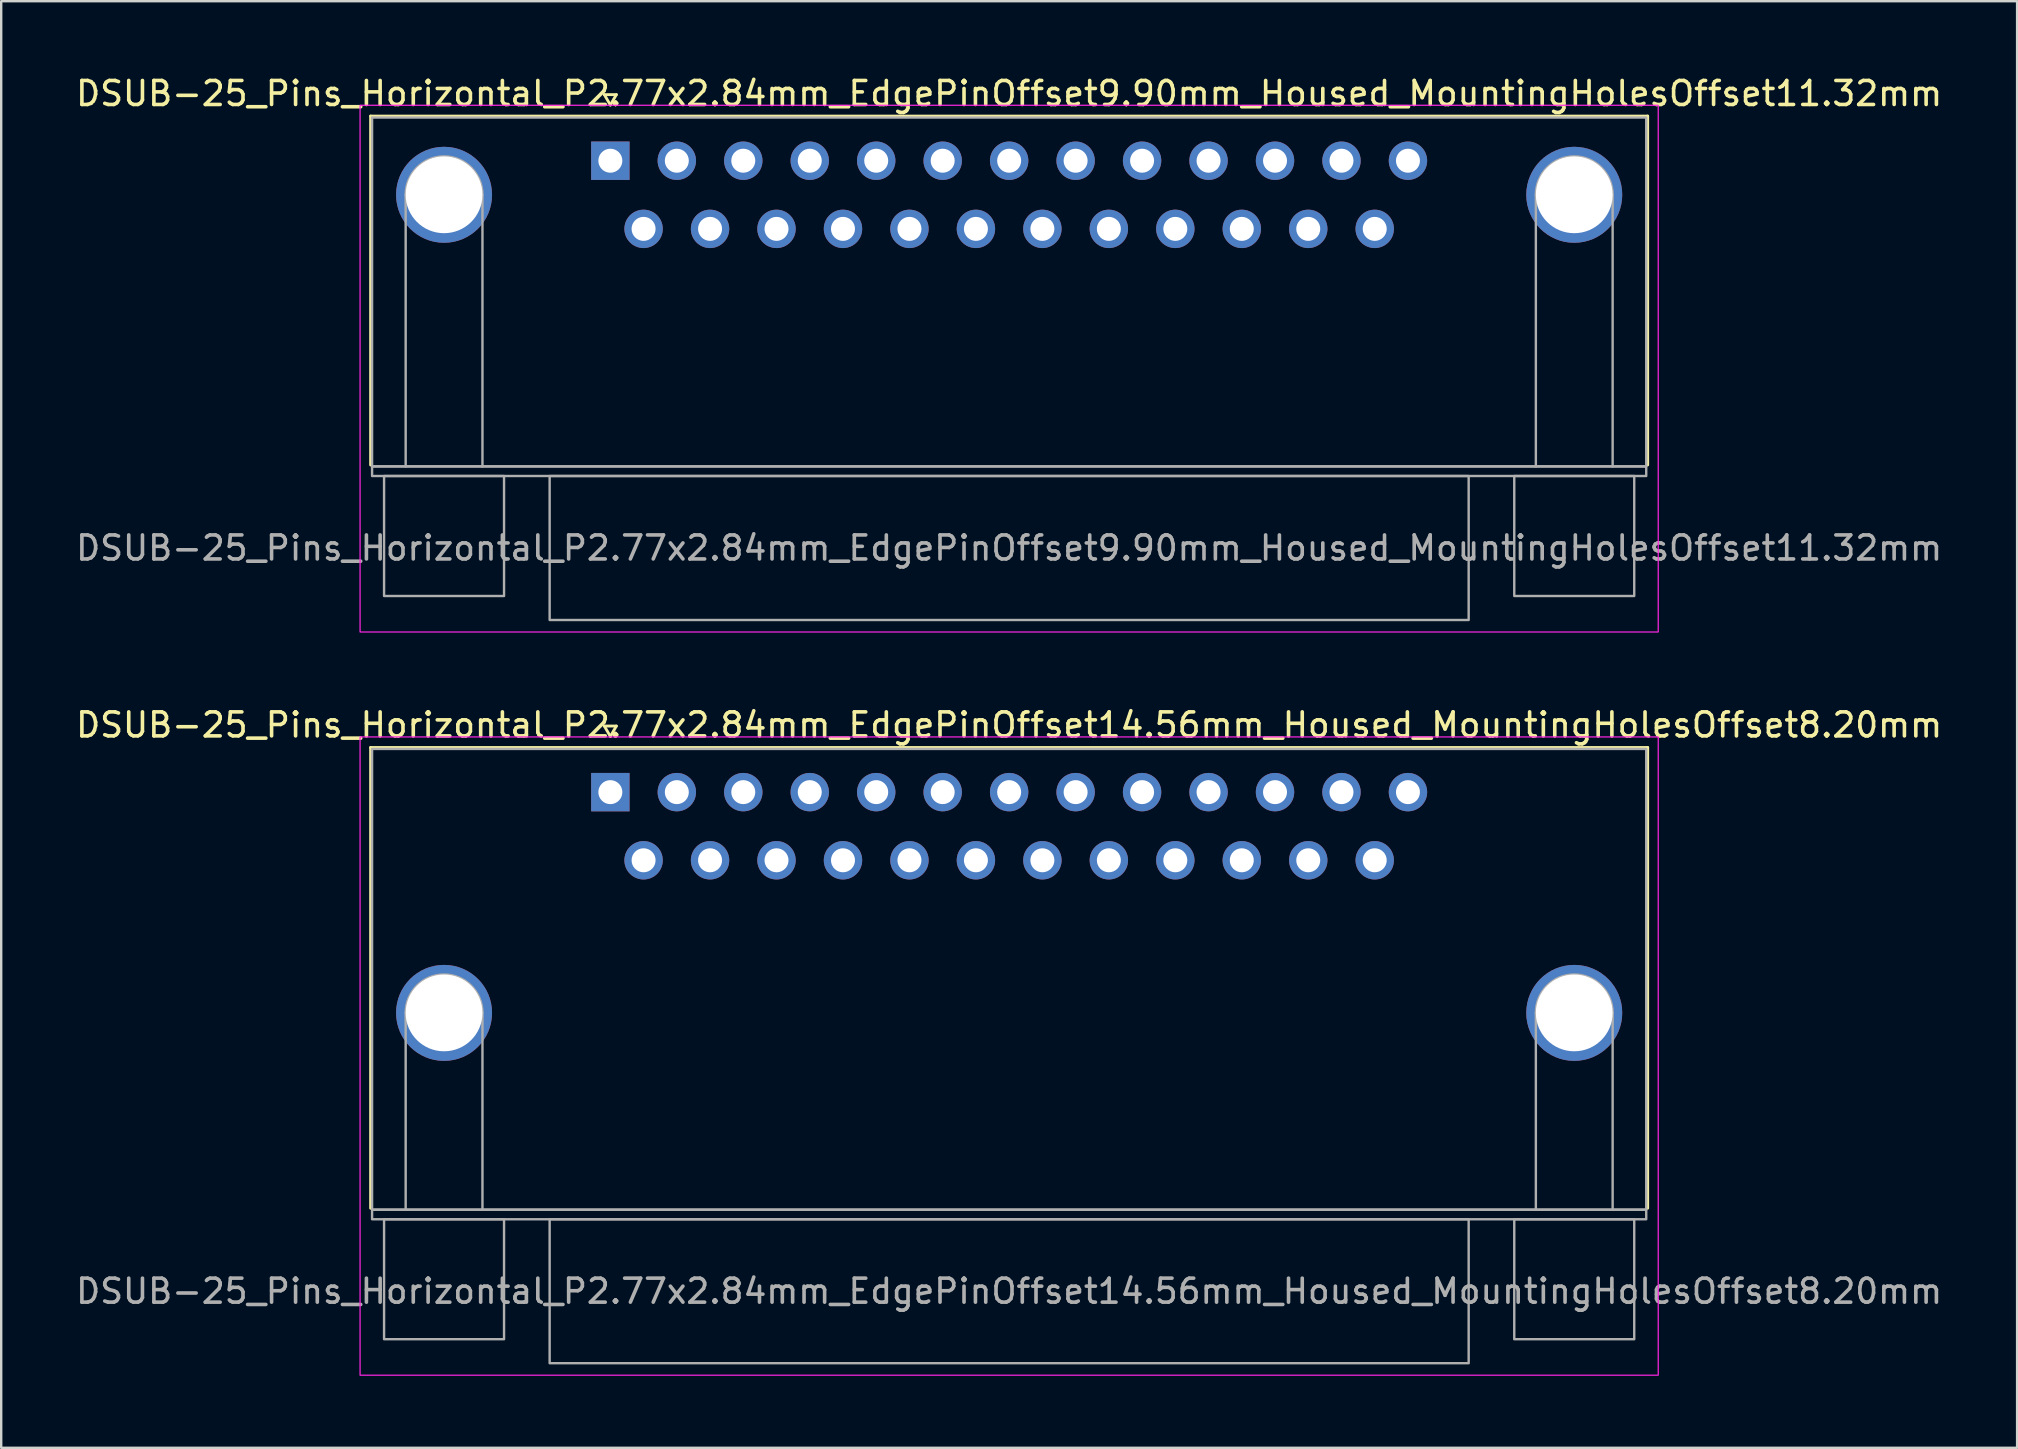
<source format=kicad_pcb>
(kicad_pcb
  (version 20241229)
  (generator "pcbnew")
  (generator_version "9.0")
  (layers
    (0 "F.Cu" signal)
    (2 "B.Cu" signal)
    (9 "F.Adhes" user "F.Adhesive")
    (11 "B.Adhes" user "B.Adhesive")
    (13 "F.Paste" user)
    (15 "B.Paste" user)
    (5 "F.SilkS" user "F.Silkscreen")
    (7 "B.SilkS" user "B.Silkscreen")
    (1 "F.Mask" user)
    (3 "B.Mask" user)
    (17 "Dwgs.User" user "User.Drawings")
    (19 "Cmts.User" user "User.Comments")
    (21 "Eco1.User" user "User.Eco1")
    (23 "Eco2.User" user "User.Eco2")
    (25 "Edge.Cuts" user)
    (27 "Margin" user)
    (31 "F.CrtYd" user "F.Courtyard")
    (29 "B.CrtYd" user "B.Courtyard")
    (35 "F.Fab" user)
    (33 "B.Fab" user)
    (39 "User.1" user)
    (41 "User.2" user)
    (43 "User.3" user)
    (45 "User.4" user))
  (footprint "DSUB-25_Pins_Horizontal_P2.77x2.84mm_EdgePinOffset14.56mm_Housed_MountingHolesOffset8.20mm"
    (layer "F.Cu")
    (at 22.386 29.962)
    (property "Reference" "DSUB-25_Pins_Horizontal_P2.77x2.84mm_EdgePinOffset14.56mm_Housed_MountingHolesOffset8.20mm" (at 16.62 -2.8 0) (layer "F.SilkS") (effects (font (size 1 1) (thickness 0.15))))
    (attr through_hole)
    (fp_line (start -9.99 -1.86) (end 43.23 -1.86) (stroke (width 0.12) (type solid)) (layer "F.SilkS"))
    (fp_line (start -9.99 17.34) (end -9.99 -1.86) (stroke (width 0.12) (type solid)) (layer "F.SilkS"))
    (fp_line (start -0.25 -2.754) (end 0.25 -2.754) (stroke (width 0.12) (type solid)) (layer "F.SilkS"))
    (fp_line (start 0 -2.321) (end -0.25 -2.754) (stroke (width 0.12) (type solid)) (layer "F.SilkS"))
    (fp_line (start 0.25 -2.754) (end 0 -2.321) (stroke (width 0.12) (type solid)) (layer "F.SilkS"))
    (fp_line (start 43.23 -1.86) (end 43.23 17.34) (stroke (width 0.12) (type solid)) (layer "F.SilkS"))
    (fp_rect (start -10.43 -2.3) (end 43.67 24.3) (stroke (width 0.05) (type solid)) (fill no) (layer "F.CrtYd"))
    (fp_line (start -8.53 17.4) (end -8.53 9.2) (stroke (width 0.1) (type solid)) (layer "F.Fab"))
    (fp_line (start -5.33 17.4) (end -5.33 9.2) (stroke (width 0.1) (type solid)) (layer "F.Fab"))
    (fp_line (start 38.57 17.4) (end 38.57 9.2) (stroke (width 0.1) (type solid)) (layer "F.Fab"))
    (fp_line (start 41.77 17.4) (end 41.77 9.2) (stroke (width 0.1) (type solid)) (layer "F.Fab"))
    (fp_rect (start -9.93 -1.8) (end 43.17 17.4) (stroke (width 0.1) (type solid)) (fill no) (layer "F.Fab"))
    (fp_rect (start -9.93 17.4) (end 43.17 17.8) (stroke (width 0.1) (type solid)) (fill no) (layer "F.Fab"))
    (fp_rect (start -9.43 17.8) (end -4.43 22.8) (stroke (width 0.1) (type solid)) (fill no) (layer "F.Fab"))
    (fp_rect (start -2.53 17.8) (end 35.77 23.8) (stroke (width 0.1) (type solid)) (fill no) (layer "F.Fab"))
    (fp_rect (start 37.67 17.8) (end 42.67 22.8) (stroke (width 0.1) (type solid)) (fill no) (layer "F.Fab"))
    (fp_arc (start -8.53 9.2) (mid -6.93 7.6) (end -5.33 9.2) (stroke (width 0.1) (type solid)) (layer "F.Fab"))
    (fp_arc (start 38.57 9.2) (mid 40.17 7.6) (end 41.77 9.2) (stroke (width 0.1) (type solid)) (layer "F.Fab"))
    (fp_text user "${REFERENCE}" (at 16.62 20.8 0) (layer "F.Fab") (effects (font (size 1 1) (thickness 0.15))))
    (pad "1" thru_hole rect (at 0 0) (size 1.6 1.6) (drill 1) (layers "*.Cu" "*.Mask"))
    (pad "2" thru_hole circle (at 2.77 0) (size 1.6 1.6) (drill 1) (layers "*.Cu" "*.Mask"))
    (pad "3" thru_hole circle (at 5.54 0) (size 1.6 1.6) (drill 1) (layers "*.Cu" "*.Mask"))
    (pad "4" thru_hole circle (at 8.31 0) (size 1.6 1.6) (drill 1) (layers "*.Cu" "*.Mask"))
    (pad "5" thru_hole circle (at 11.08 0) (size 1.6 1.6) (drill 1) (layers "*.Cu" "*.Mask"))
    (pad "6" thru_hole circle (at 13.85 0) (size 1.6 1.6) (drill 1) (layers "*.Cu" "*.Mask"))
    (pad "7" thru_hole circle (at 16.62 0) (size 1.6 1.6) (drill 1) (layers "*.Cu" "*.Mask"))
    (pad "8" thru_hole circle (at 19.39 0) (size 1.6 1.6) (drill 1) (layers "*.Cu" "*.Mask"))
    (pad "9" thru_hole circle (at 22.16 0) (size 1.6 1.6) (drill 1) (layers "*.Cu" "*.Mask"))
    (pad "10" thru_hole circle (at 24.93 0) (size 1.6 1.6) (drill 1) (layers "*.Cu" "*.Mask"))
    (pad "11" thru_hole circle (at 27.7 0) (size 1.6 1.6) (drill 1) (layers "*.Cu" "*.Mask"))
    (pad "12" thru_hole circle (at 30.47 0) (size 1.6 1.6) (drill 1) (layers "*.Cu" "*.Mask"))
    (pad "13" thru_hole circle (at 33.24 0) (size 1.6 1.6) (drill 1) (layers "*.Cu" "*.Mask"))
    (pad "14" thru_hole circle (at 1.385 2.84) (size 1.6 1.6) (drill 1) (layers "*.Cu" "*.Mask"))
    (pad "15" thru_hole circle (at 4.155 2.84) (size 1.6 1.6) (drill 1) (layers "*.Cu" "*.Mask"))
    (pad "16" thru_hole circle (at 6.925 2.84) (size 1.6 1.6) (drill 1) (layers "*.Cu" "*.Mask"))
    (pad "17" thru_hole circle (at 9.695 2.84) (size 1.6 1.6) (drill 1) (layers "*.Cu" "*.Mask"))
    (pad "18" thru_hole circle (at 12.465 2.84) (size 1.6 1.6) (drill 1) (layers "*.Cu" "*.Mask"))
    (pad "19" thru_hole circle (at 15.235 2.84) (size 1.6 1.6) (drill 1) (layers "*.Cu" "*.Mask"))
    (pad "20" thru_hole circle (at 18.005 2.84) (size 1.6 1.6) (drill 1) (layers "*.Cu" "*.Mask"))
    (pad "21" thru_hole circle (at 20.775 2.84) (size 1.6 1.6) (drill 1) (layers "*.Cu" "*.Mask"))
    (pad "22" thru_hole circle (at 23.545 2.84) (size 1.6 1.6) (drill 1) (layers "*.Cu" "*.Mask"))
    (pad "23" thru_hole circle (at 26.315 2.84) (size 1.6 1.6) (drill 1) (layers "*.Cu" "*.Mask"))
    (pad "24" thru_hole circle (at 29.085 2.84) (size 1.6 1.6) (drill 1) (layers "*.Cu" "*.Mask"))
    (pad "25" thru_hole circle (at 31.855 2.84) (size 1.6 1.6) (drill 1) (layers "*.Cu" "*.Mask"))
    (pad "SH" thru_hole circle (at -6.93 9.2) (size 4 4) (drill 3.2) (layers "*.Cu" "*.Mask"))
    (pad "SH" thru_hole circle (at 40.17 9.2) (size 4 4) (drill 3.2) (layers "*.Cu" "*.Mask")))
  (footprint "DSUB-25_Pins_Horizontal_P2.77x2.84mm_EdgePinOffset9.90mm_Housed_MountingHolesOffset11.32mm"
    (layer "F.Cu")
    (at 22.386 3.648)
    (property "Reference" "DSUB-25_Pins_Horizontal_P2.77x2.84mm_EdgePinOffset9.90mm_Housed_MountingHolesOffset11.32mm" (at 16.62 -2.8 0) (layer "F.SilkS") (effects (font (size 1 1) (thickness 0.15))))
    (attr through_hole)
    (fp_line (start -9.99 -1.86) (end 43.23 -1.86) (stroke (width 0.12) (type solid)) (layer "F.SilkS"))
    (fp_line (start -9.99 12.68) (end -9.99 -1.86) (stroke (width 0.12) (type solid)) (layer "F.SilkS"))
    (fp_line (start -0.25 -2.754) (end 0.25 -2.754) (stroke (width 0.12) (type solid)) (layer "F.SilkS"))
    (fp_line (start 0 -2.321) (end -0.25 -2.754) (stroke (width 0.12) (type solid)) (layer "F.SilkS"))
    (fp_line (start 0.25 -2.754) (end 0 -2.321) (stroke (width 0.12) (type solid)) (layer "F.SilkS"))
    (fp_line (start 43.23 -1.86) (end 43.23 12.68) (stroke (width 0.12) (type solid)) (layer "F.SilkS"))
    (fp_rect (start -10.43 -2.31) (end 43.67 19.64) (stroke (width 0.05) (type solid)) (fill no) (layer "F.CrtYd"))
    (fp_line (start -8.53 12.74) (end -8.53 1.42) (stroke (width 0.1) (type solid)) (layer "F.Fab"))
    (fp_line (start -5.33 12.74) (end -5.33 1.42) (stroke (width 0.1) (type solid)) (layer "F.Fab"))
    (fp_line (start 38.57 12.74) (end 38.57 1.42) (stroke (width 0.1) (type solid)) (layer "F.Fab"))
    (fp_line (start 41.77 12.74) (end 41.77 1.42) (stroke (width 0.1) (type solid)) (layer "F.Fab"))
    (fp_rect (start -9.93 -1.8) (end 43.17 12.74) (stroke (width 0.1) (type solid)) (fill no) (layer "F.Fab"))
    (fp_rect (start -9.93 12.74) (end 43.17 13.14) (stroke (width 0.1) (type solid)) (fill no) (layer "F.Fab"))
    (fp_rect (start -9.43 13.14) (end -4.43 18.14) (stroke (width 0.1) (type solid)) (fill no) (layer "F.Fab"))
    (fp_rect (start -2.53 13.14) (end 35.77 19.14) (stroke (width 0.1) (type solid)) (fill no) (layer "F.Fab"))
    (fp_rect (start 37.67 13.14) (end 42.67 18.14) (stroke (width 0.1) (type solid)) (fill no) (layer "F.Fab"))
    (fp_arc (start -8.53 1.42) (mid -6.93 -0.18) (end -5.33 1.42) (stroke (width 0.1) (type solid)) (layer "F.Fab"))
    (fp_arc (start 38.57 1.42) (mid 40.17 -0.18) (end 41.77 1.42) (stroke (width 0.1) (type solid)) (layer "F.Fab"))
    (fp_text user "${REFERENCE}" (at 16.62 16.14 0) (layer "F.Fab") (effects (font (size 1 1) (thickness 0.15))))
    (pad "1" thru_hole rect (at 0 0) (size 1.6 1.6) (drill 1) (layers "*.Cu" "*.Mask"))
    (pad "2" thru_hole circle (at 2.77 0) (size 1.6 1.6) (drill 1) (layers "*.Cu" "*.Mask"))
    (pad "3" thru_hole circle (at 5.54 0) (size 1.6 1.6) (drill 1) (layers "*.Cu" "*.Mask"))
    (pad "4" thru_hole circle (at 8.31 0) (size 1.6 1.6) (drill 1) (layers "*.Cu" "*.Mask"))
    (pad "5" thru_hole circle (at 11.08 0) (size 1.6 1.6) (drill 1) (layers "*.Cu" "*.Mask"))
    (pad "6" thru_hole circle (at 13.85 0) (size 1.6 1.6) (drill 1) (layers "*.Cu" "*.Mask"))
    (pad "7" thru_hole circle (at 16.62 0) (size 1.6 1.6) (drill 1) (layers "*.Cu" "*.Mask"))
    (pad "8" thru_hole circle (at 19.39 0) (size 1.6 1.6) (drill 1) (layers "*.Cu" "*.Mask"))
    (pad "9" thru_hole circle (at 22.16 0) (size 1.6 1.6) (drill 1) (layers "*.Cu" "*.Mask"))
    (pad "10" thru_hole circle (at 24.93 0) (size 1.6 1.6) (drill 1) (layers "*.Cu" "*.Mask"))
    (pad "11" thru_hole circle (at 27.7 0) (size 1.6 1.6) (drill 1) (layers "*.Cu" "*.Mask"))
    (pad "12" thru_hole circle (at 30.47 0) (size 1.6 1.6) (drill 1) (layers "*.Cu" "*.Mask"))
    (pad "13" thru_hole circle (at 33.24 0) (size 1.6 1.6) (drill 1) (layers "*.Cu" "*.Mask"))
    (pad "14" thru_hole circle (at 1.385 2.84) (size 1.6 1.6) (drill 1) (layers "*.Cu" "*.Mask"))
    (pad "15" thru_hole circle (at 4.155 2.84) (size 1.6 1.6) (drill 1) (layers "*.Cu" "*.Mask"))
    (pad "16" thru_hole circle (at 6.925 2.84) (size 1.6 1.6) (drill 1) (layers "*.Cu" "*.Mask"))
    (pad "17" thru_hole circle (at 9.695 2.84) (size 1.6 1.6) (drill 1) (layers "*.Cu" "*.Mask"))
    (pad "18" thru_hole circle (at 12.465 2.84) (size 1.6 1.6) (drill 1) (layers "*.Cu" "*.Mask"))
    (pad "19" thru_hole circle (at 15.235 2.84) (size 1.6 1.6) (drill 1) (layers "*.Cu" "*.Mask"))
    (pad "20" thru_hole circle (at 18.005 2.84) (size 1.6 1.6) (drill 1) (layers "*.Cu" "*.Mask"))
    (pad "21" thru_hole circle (at 20.775 2.84) (size 1.6 1.6) (drill 1) (layers "*.Cu" "*.Mask"))
    (pad "22" thru_hole circle (at 23.545 2.84) (size 1.6 1.6) (drill 1) (layers "*.Cu" "*.Mask"))
    (pad "23" thru_hole circle (at 26.315 2.84) (size 1.6 1.6) (drill 1) (layers "*.Cu" "*.Mask"))
    (pad "24" thru_hole circle (at 29.085 2.84) (size 1.6 1.6) (drill 1) (layers "*.Cu" "*.Mask"))
    (pad "25" thru_hole circle (at 31.855 2.84) (size 1.6 1.6) (drill 1) (layers "*.Cu" "*.Mask"))
    (pad "SH" thru_hole circle (at -6.93 1.42) (size 4 4) (drill 3.2) (layers "*.Cu" "*.Mask"))
    (pad "SH" thru_hole circle (at 40.17 1.42) (size 4 4) (drill 3.2) (layers "*.Cu" "*.Mask")))
  (gr_rect
    (start -3 -3)
    (end 81.012 57.286)
    (stroke (width 0.1) (type default))
    (fill no)
    (layer "Edge.Cuts")))
</source>
